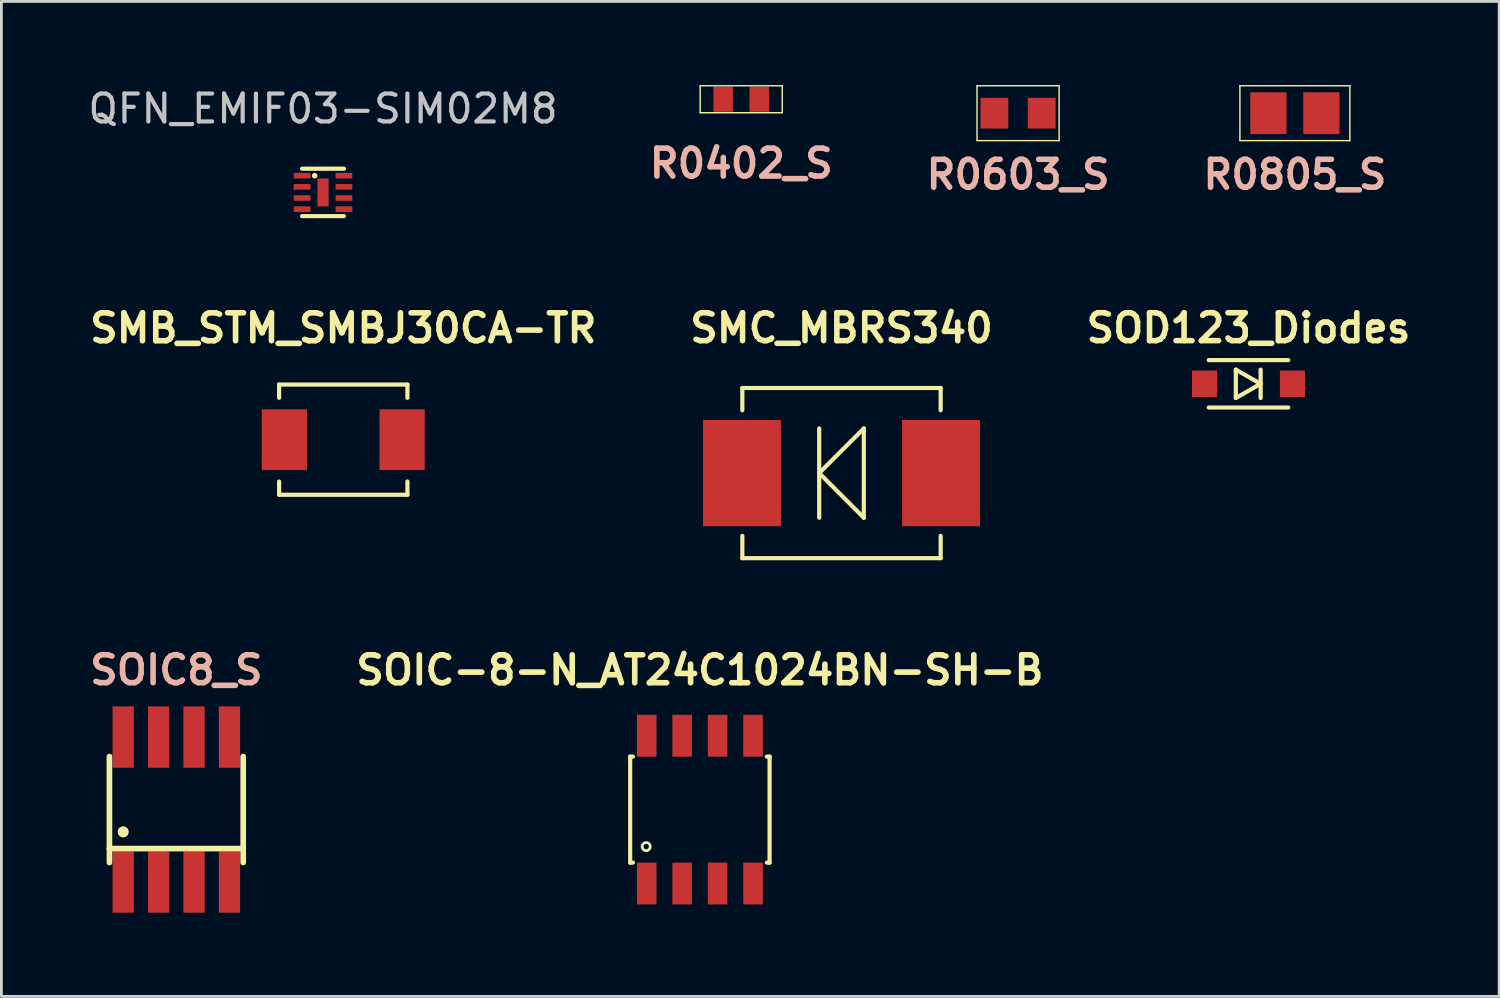
<source format=kicad_pcb>
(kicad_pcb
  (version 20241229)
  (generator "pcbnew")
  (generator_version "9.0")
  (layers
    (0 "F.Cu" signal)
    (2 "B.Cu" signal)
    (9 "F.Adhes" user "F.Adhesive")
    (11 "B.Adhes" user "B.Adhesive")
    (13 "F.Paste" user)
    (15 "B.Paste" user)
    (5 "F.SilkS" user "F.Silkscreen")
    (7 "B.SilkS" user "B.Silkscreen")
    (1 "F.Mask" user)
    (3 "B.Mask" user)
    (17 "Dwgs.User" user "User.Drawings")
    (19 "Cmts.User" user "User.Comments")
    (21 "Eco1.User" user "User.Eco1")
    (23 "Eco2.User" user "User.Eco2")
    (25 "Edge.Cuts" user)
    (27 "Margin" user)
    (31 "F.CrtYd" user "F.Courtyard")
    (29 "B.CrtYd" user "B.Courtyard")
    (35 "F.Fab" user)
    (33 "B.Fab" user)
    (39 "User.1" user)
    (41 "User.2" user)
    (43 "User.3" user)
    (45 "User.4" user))
  (footprint "R0805_S"
    (layer "F.Cu")
    (at 43.369 1.008)
    (property "Reference" "R0805_S" (at 0 2.2 0) (layer "B.SilkS") (effects (font (size 1 1) (thickness 0.2))))
    (attr smd)
    (fp_line (start -1.971 -0.983) (end 1.971 -0.983) (stroke (width 0.051) (type solid)) (layer "F.SilkS"))
    (fp_line (start -1.971 0.983) (end -1.971 -0.983) (stroke (width 0.051) (type solid)) (layer "F.SilkS"))
    (fp_line (start 1.971 -0.983) (end 1.971 0.983) (stroke (width 0.051) (type solid)) (layer "F.SilkS"))
    (fp_line (start 1.971 0.983) (end -1.971 0.983) (stroke (width 0.051) (type solid)) (layer "F.SilkS"))
    (pad "1" smd rect (at -0.95 0) (size 1.298 1.499) (layers "F.Cu" "F.Mask" "F.Paste"))
    (pad "2" smd rect (at 0.95 0) (size 1.298 1.499) (layers "F.Cu" "F.Mask" "F.Paste")))
  (footprint "R0402_S"
    (layer "F.Cu")
    (at 23.521 0.508)
    (property "Reference" "R0402_S" (at 0 2.3 0) (layer "B.SilkS") (effects (font (size 1 1) (thickness 0.2))))
    (attr smd)
    (fp_line (start -1.471 -0.483) (end 1.471 -0.483) (stroke (width 0.051) (type solid)) (layer "F.SilkS"))
    (fp_line (start -1.471 0.483) (end -1.471 -0.483) (stroke (width 0.051) (type solid)) (layer "F.SilkS"))
    (fp_line (start 1.471 -0.483) (end 1.471 0.483) (stroke (width 0.051) (type solid)) (layer "F.SilkS"))
    (fp_line (start 1.471 0.483) (end -1.471 0.483) (stroke (width 0.051) (type solid)) (layer "F.SilkS"))
    (pad "1" smd rect (at -0.648 0) (size 0.699 0.899) (layers "F.Cu" "F.Mask" "F.Paste"))
    (pad "2" smd rect (at 0.648 0) (size 0.699 0.899) (layers "F.Cu" "F.Mask" "F.Paste")))
  (footprint "QFN_EMIF03-SIM02M8"
    (layer "F.Cu")
    (at 8.53 3.848)
    (property "Reference" "QFN_EMIF03-SIM02M8" (at 0 -3 0) (layer "Dwgs.User") (effects (font (size 1 1) (thickness 0.15))))
    (attr through_hole)
    (fp_line (start -0.75 -0.85) (end 0.75 -0.85) (stroke (width 0.15) (type solid)) (layer "F.SilkS"))
    (fp_line (start -0.75 0.85) (end 0.75 0.85) (stroke (width 0.15) (type solid)) (layer "F.SilkS"))
    (fp_circle (center -0.3 -0.6) (end -0.25 -0.6) (stroke (width 0.1) (type solid)) (fill no) (layer "F.SilkS"))
    (pad "1" smd rect (at -0.75 -0.6) (size 0.6 0.2) (layers "F.Cu" "F.Mask" "F.Paste"))
    (pad "2" smd rect (at -0.75 -0.2) (size 0.6 0.2) (layers "F.Cu" "F.Mask" "F.Paste"))
    (pad "3" smd rect (at -0.75 0.2) (size 0.6 0.2) (layers "F.Cu" "F.Mask" "F.Paste"))
    (pad "4" smd rect (at -0.75 0.6) (size 0.6 0.2) (layers "F.Cu" "F.Mask" "F.Paste"))
    (pad "5" smd rect (at 0.75 0.6) (size 0.6 0.2) (layers "F.Cu" "F.Mask" "F.Paste"))
    (pad "6" smd rect (at 0.75 0.2) (size 0.6 0.2) (layers "F.Cu" "F.Mask" "F.Paste"))
    (pad "7" smd rect (at 0.75 -0.2) (size 0.6 0.2) (layers "F.Cu" "F.Mask" "F.Paste"))
    (pad "8" smd rect (at 0.75 -0.6) (size 0.6 0.2) (layers "F.Cu" "F.Mask" "F.Paste"))
    (pad "GND" smd rect (at 0 0) (size 0.4 1) (layers "F.Cu" "F.Mask" "F.Paste")))
  (footprint "R0603_S"
    (layer "F.Cu")
    (at 33.445 1.008)
    (property "Reference" "R0603_S" (at 0 2.2 0) (layer "B.SilkS") (effects (font (size 1 1) (thickness 0.2))))
    (attr smd)
    (fp_line (start -1.471 -0.983) (end 1.471 -0.983) (stroke (width 0.051) (type solid)) (layer "F.SilkS"))
    (fp_line (start -1.471 0.983) (end -1.471 -0.983) (stroke (width 0.051) (type solid)) (layer "F.SilkS"))
    (fp_line (start 1.471 -0.983) (end 1.471 0.983) (stroke (width 0.051) (type solid)) (layer "F.SilkS"))
    (fp_line (start 1.471 0.983) (end -1.471 0.983) (stroke (width 0.051) (type solid)) (layer "F.SilkS"))
    (pad "1" smd rect (at -0.848 0) (size 0.998 1.1) (layers "F.Cu" "F.Mask" "F.Paste"))
    (pad "2" smd rect (at 0.848 0) (size 0.998 1.1) (layers "F.Cu" "F.Mask" "F.Paste")))
  (footprint "SOIC8_S"
    (layer "F.Cu")
    (at 3.271 25.97)
    (property "Reference" "SOIC8_S" (at 0 -5 0) (layer "B.SilkS") (effects (font (size 1 1) (thickness 0.2))))
    (attr smd)
    (fp_line (start -2.398 1.4) (end -2.398 -1.9) (stroke (width 0.203) (type solid)) (layer "F.SilkS"))
    (fp_line (start -2.398 1.9) (end -2.398 1.4) (stroke (width 0.203) (type solid)) (layer "F.SilkS"))
    (fp_line (start 2.398 -1.9) (end 2.398 1.4) (stroke (width 0.203) (type solid)) (layer "F.SilkS"))
    (fp_line (start 2.398 1.4) (end -2.398 1.4) (stroke (width 0.203) (type solid)) (layer "F.SilkS"))
    (fp_line (start 2.398 1.4) (end 2.398 1.9) (stroke (width 0.203) (type solid)) (layer "F.SilkS"))
    (fp_circle (center -1.905 0.8) (end -1.905 0.7) (stroke (width 0.2) (type solid)) (fill no) (layer "F.SilkS"))
    (pad "1" smd rect (at -1.905 2.598) (size 0.762 2.2) (layers "F.Cu" "F.Mask" "F.Paste"))
    (pad "2" smd rect (at -0.635 2.598) (size 0.762 2.2) (layers "F.Cu" "F.Mask" "F.Paste"))
    (pad "3" smd rect (at 0.635 2.598) (size 0.762 2.2) (layers "F.Cu" "F.Mask" "F.Paste"))
    (pad "4" smd rect (at 1.905 2.598) (size 0.762 2.2) (layers "F.Cu" "F.Mask" "F.Paste"))
    (pad "5" smd rect (at 1.905 -2.598) (size 0.762 2.2) (layers "F.Cu" "F.Mask" "F.Paste"))
    (pad "6" smd rect (at 0.635 -2.598) (size 0.762 2.2) (layers "F.Cu" "F.Mask" "F.Paste"))
    (pad "7" smd rect (at -0.635 -2.598) (size 0.762 2.2) (layers "F.Cu" "F.Mask" "F.Paste"))
    (pad "8" smd rect (at -1.905 -2.598) (size 0.762 2.2) (layers "F.Cu" "F.Mask" "F.Paste")))
  (footprint "SOD123_Diodes"
    (layer "F.Cu")
    (at 41.706 10.709)
    (property "Reference" "SOD123_Diodes" (at 0 -2 0) (layer "F.SilkS") (effects (font (size 1 1) (thickness 0.2))))
    (attr smd)
    (fp_line (start -1.425 -0.85) (end 1.425 -0.85) (stroke (width 0.15) (type solid)) (layer "F.SilkS"))
    (fp_line (start -0.454 -0.508) (end -0.454 0.508) (stroke (width 0.15) (type solid)) (layer "F.SilkS"))
    (fp_line (start -0.454 0.508) (end 0.435 0) (stroke (width 0.15) (type solid)) (layer "F.SilkS"))
    (fp_line (start 0.435 -0.508) (end 0.435 0.508) (stroke (width 0.15) (type solid)) (layer "F.SilkS"))
    (fp_line (start 0.435 0) (end -0.454 -0.508) (stroke (width 0.15) (type solid)) (layer "F.SilkS"))
    (fp_line (start 1.425 0.85) (end -1.425 0.85) (stroke (width 0.15) (type solid)) (layer "F.SilkS"))
    (pad "1" smd rect (at -1.575 0) (size 0.9 0.95) (layers "F.Cu" "F.Mask" "F.Paste"))
    (pad "2" smd rect (at 1.575 0) (size 0.9 0.95) (layers "F.Cu" "F.Mask" "F.Paste")))
  (footprint "SOIC-8-N_AT24C1024BN-SH-B"
    (layer "F.Cu")
    (at 22.039 25.973)
    (property "Reference" "SOIC-8-N_AT24C1024BN-SH-B" (at 0 -5.001 0) (layer "F.SilkS") (effects (font (size 1.001 1.001) (thickness 0.201))))
    (attr through_hole)
    (fp_line (start -2.499 -1.9) (end -2.499 1.9) (stroke (width 0.15) (type solid)) (layer "F.SilkS"))
    (fp_line (start -2.499 1.9) (end -2.4 1.9) (stroke (width 0.15) (type solid)) (layer "F.SilkS"))
    (fp_line (start -2.4 -1.9) (end -2.499 -1.9) (stroke (width 0.15) (type solid)) (layer "F.SilkS"))
    (fp_line (start 2.499 -1.9) (end 2.4 -1.9) (stroke (width 0.15) (type solid)) (layer "F.SilkS"))
    (fp_line (start 2.499 1.9) (end 2.4 1.9) (stroke (width 0.15) (type solid)) (layer "F.SilkS"))
    (fp_line (start 2.499 1.9) (end 2.499 -1.9) (stroke (width 0.15) (type solid)) (layer "F.SilkS"))
    (fp_circle (center -1.925 1.326) (end -1.849 1.45) (stroke (width 0.099) (type solid)) (fill no) (layer "F.SilkS"))
    (pad "1" smd rect (at -1.905 2.649) (size 0.701 1.501) (layers "F.Cu" "F.Mask" "F.Paste"))
    (pad "2" smd rect (at -0.635 2.649) (size 0.701 1.501) (layers "F.Cu" "F.Mask" "F.Paste"))
    (pad "3" smd rect (at 0.635 2.649) (size 0.701 1.501) (layers "F.Cu" "F.Mask" "F.Paste"))
    (pad "4" smd rect (at 1.905 2.649) (size 0.701 1.501) (layers "F.Cu" "F.Mask" "F.Paste"))
    (pad "5" smd rect (at 1.905 -2.649) (size 0.701 1.501) (layers "F.Cu" "F.Mask" "F.Paste"))
    (pad "6" smd rect (at 0.635 -2.649) (size 0.701 1.501) (layers "F.Cu" "F.Mask" "F.Paste"))
    (pad "7" smd rect (at -0.635 -2.649) (size 0.701 1.501) (layers "F.Cu" "F.Mask" "F.Paste"))
    (pad "8" smd rect (at -1.905 -2.649) (size 0.701 1.501) (layers "F.Cu" "F.Mask" "F.Paste")))
  (footprint "SMC_MBRS340"
    (layer "F.Cu")
    (at 27.116 13.909)
    (property "Reference" "SMC_MBRS340" (at 0 -5.2 0) (layer "F.SilkS") (effects (font (size 1 1) (thickness 0.2))))
    (attr smd)
    (fp_line (start -3.555 -3.05) (end -3.555 -2.25) (stroke (width 0.15) (type solid)) (layer "F.SilkS"))
    (fp_line (start -3.555 -3.05) (end 3.555 -3.05) (stroke (width 0.15) (type solid)) (layer "F.SilkS"))
    (fp_line (start -3.555 3.05) (end -3.555 2.25) (stroke (width 0.15) (type solid)) (layer "F.SilkS"))
    (fp_line (start -0.8 -1.6) (end -0.8 1.6) (stroke (width 0.15) (type solid)) (layer "F.SilkS"))
    (fp_line (start -0.8 0) (end 0.8 -1.6) (stroke (width 0.15) (type solid)) (layer "F.SilkS"))
    (fp_line (start 0.8 -1.6) (end 0.8 1.6) (stroke (width 0.15) (type solid)) (layer "F.SilkS"))
    (fp_line (start 0.8 1.6) (end -0.8 0) (stroke (width 0.15) (type solid)) (layer "F.SilkS"))
    (fp_line (start 3.555 -3.05) (end 3.555 -2.25) (stroke (width 0.15) (type solid)) (layer "F.SilkS"))
    (fp_line (start 3.555 3.05) (end -3.555 3.05) (stroke (width 0.15) (type solid)) (layer "F.SilkS"))
    (fp_line (start 3.555 3.05) (end 3.555 2.25) (stroke (width 0.15) (type solid)) (layer "F.SilkS"))
    (pad "1" smd rect (at 3.568 0) (size 2.794 3.81) (layers "F.Cu" "F.Mask" "F.Paste"))
    (pad "2" smd rect (at -3.568 0) (size 2.794 3.81) (layers "F.Cu" "F.Mask" "F.Paste")))
  (footprint "SMB_STM_SMBJ30CA-TR"
    (layer "F.Cu")
    (at 9.255 12.711)
    (property "Reference" "SMB_STM_SMBJ30CA-TR" (at 0 -4 0) (layer "F.SilkS") (effects (font (size 1.001 1.001) (thickness 0.201))))
    (attr smd)
    (fp_line (start -2.3 -1.975) (end -2.3 -1.5) (stroke (width 0.15) (type solid)) (layer "F.SilkS"))
    (fp_line (start -2.3 -1.975) (end 2.3 -1.975) (stroke (width 0.15) (type solid)) (layer "F.SilkS"))
    (fp_line (start -2.3 1.975) (end -2.3 1.5) (stroke (width 0.15) (type solid)) (layer "F.SilkS"))
    (fp_line (start 2.3 -1.975) (end 2.3 -1.5) (stroke (width 0.15) (type solid)) (layer "F.SilkS"))
    (fp_line (start 2.3 1.975) (end -2.3 1.975) (stroke (width 0.15) (type solid)) (layer "F.SilkS"))
    (fp_line (start 2.3 1.975) (end 2.3 1.5) (stroke (width 0.15) (type solid)) (layer "F.SilkS"))
    (pad "1" smd rect (at -2.11 0) (size 1.62 2.18) (layers "F.Cu" "F.Mask" "F.Paste"))
    (pad "2" smd rect (at 2.11 0) (size 1.62 2.18) (layers "F.Cu" "F.Mask" "F.Paste")))
  (gr_rect
    (start -3 -3)
    (end 50.692 32.668)
    (stroke (width 0.1) (type default))
    (fill no)
    (layer "Edge.Cuts")))
</source>
